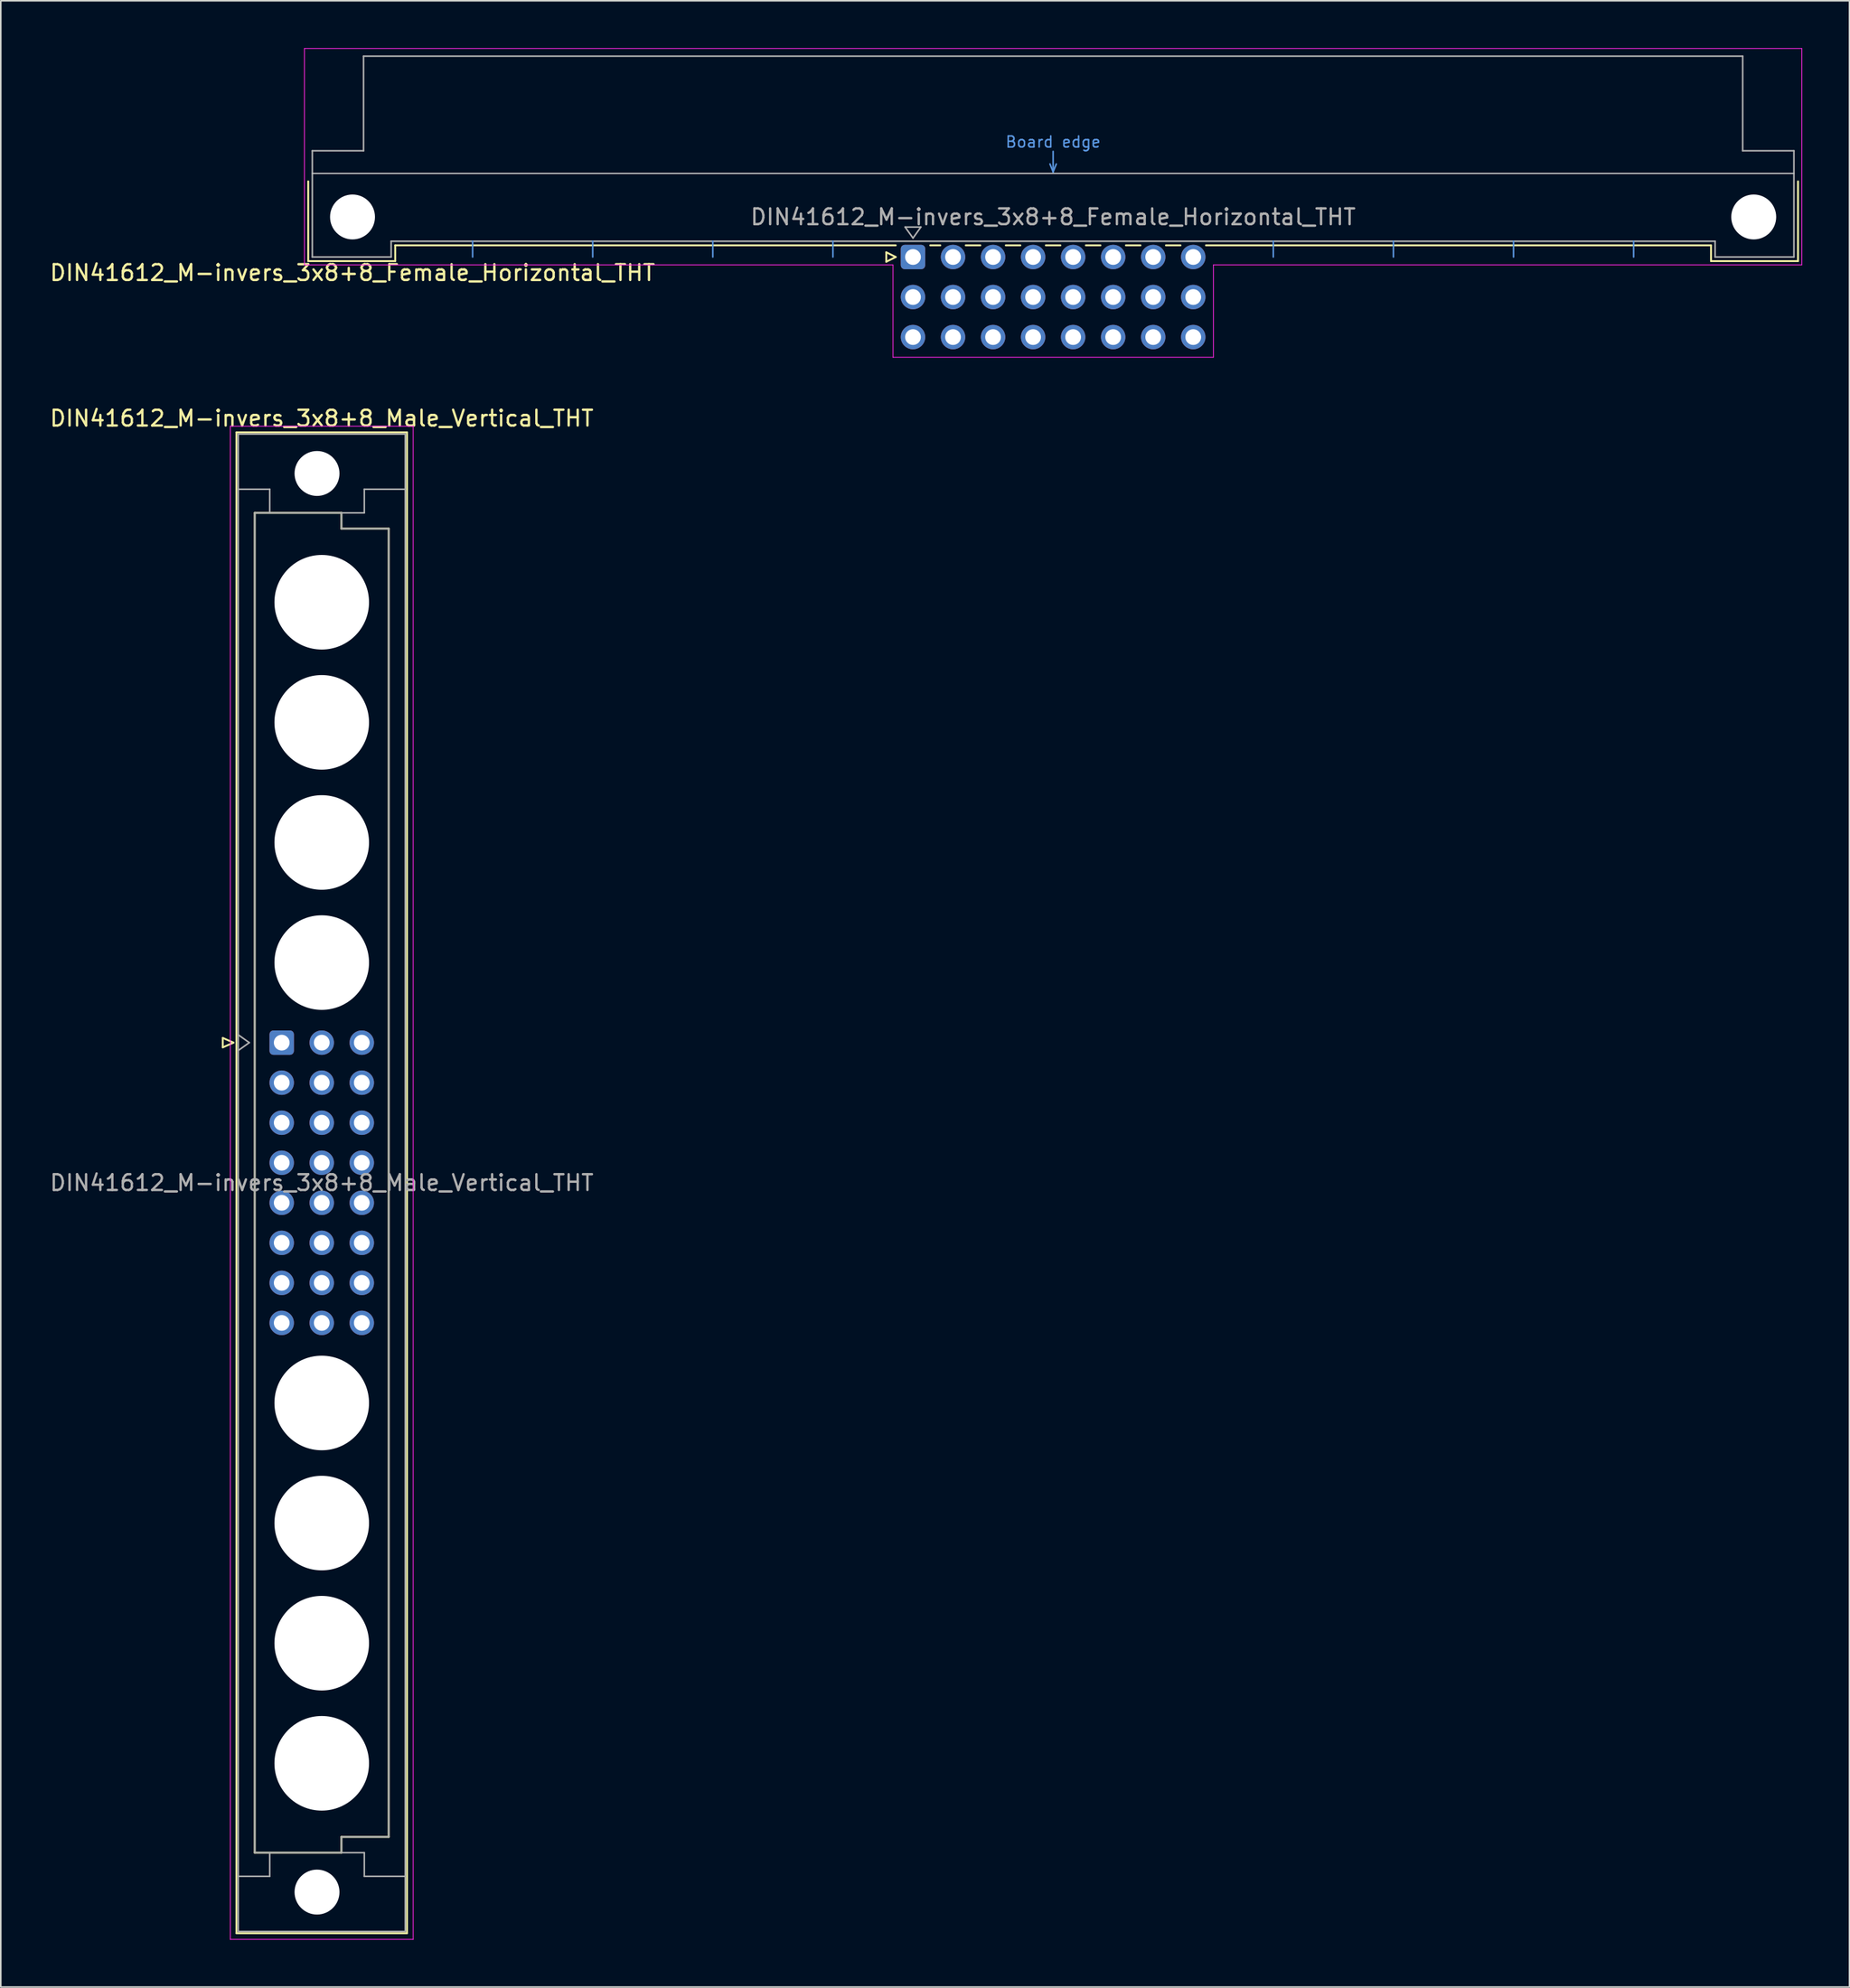
<source format=kicad_pcb>
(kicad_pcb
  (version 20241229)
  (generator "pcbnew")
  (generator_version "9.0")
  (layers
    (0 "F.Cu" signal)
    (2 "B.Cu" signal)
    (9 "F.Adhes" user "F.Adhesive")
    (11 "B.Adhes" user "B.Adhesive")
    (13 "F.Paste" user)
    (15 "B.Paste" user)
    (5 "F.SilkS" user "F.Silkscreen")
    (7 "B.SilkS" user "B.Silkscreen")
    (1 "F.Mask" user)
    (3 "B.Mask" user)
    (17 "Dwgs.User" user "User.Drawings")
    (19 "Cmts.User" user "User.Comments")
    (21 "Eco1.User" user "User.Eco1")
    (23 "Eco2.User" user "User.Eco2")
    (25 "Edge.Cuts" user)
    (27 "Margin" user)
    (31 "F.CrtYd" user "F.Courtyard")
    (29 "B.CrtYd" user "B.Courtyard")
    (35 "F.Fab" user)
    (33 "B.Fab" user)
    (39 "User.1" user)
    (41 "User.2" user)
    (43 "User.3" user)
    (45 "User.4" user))
  (footprint "DIN41612_M-invers_3x8+8_Female_Horizontal_THT"
    (layer "F.Cu")
    (at 24.395 13.255)
    (property "Reference" "DIN41612_M-invers_3x8+8_Female_Horizontal_THT" (at -5.08 1 0) (layer "F.SilkS") (effects (font (size 1 1) (thickness 0.15))))
    (attr through_hole)
    (fp_line (start -7.89 -4.8) (end -7.89 0.26) (stroke (width 0.12) (type solid)) (layer "F.SilkS"))
    (fp_line (start -7.89 0.26) (end -2.37 0.26) (stroke (width 0.12) (type solid)) (layer "F.SilkS"))
    (fp_line (start -2.37 -0.74) (end 29.385 -0.74) (stroke (width 0.12) (type solid)) (layer "F.SilkS"))
    (fp_line (start -2.37 0.26) (end -2.37 -0.74) (stroke (width 0.12) (type solid)) (layer "F.SilkS"))
    (fp_line (start 28.785 -0.3) (end 28.785 0.3) (stroke (width 0.12) (type solid)) (layer "F.SilkS"))
    (fp_line (start 28.785 0.3) (end 29.385 0) (stroke (width 0.12) (type solid)) (layer "F.SilkS"))
    (fp_line (start 29.385 0) (end 28.785 -0.3) (stroke (width 0.12) (type solid)) (layer "F.SilkS"))
    (fp_line (start 31.575 -0.74) (end 32.213 -0.74) (stroke (width 0.12) (type solid)) (layer "F.SilkS"))
    (fp_line (start 33.827 -0.74) (end 34.753 -0.74) (stroke (width 0.12) (type solid)) (layer "F.SilkS"))
    (fp_line (start 36.367 -0.74) (end 37.293 -0.74) (stroke (width 0.12) (type solid)) (layer "F.SilkS"))
    (fp_line (start 38.907 -0.74) (end 39.833 -0.74) (stroke (width 0.12) (type solid)) (layer "F.SilkS"))
    (fp_line (start 41.447 -0.74) (end 42.373 -0.74) (stroke (width 0.12) (type solid)) (layer "F.SilkS"))
    (fp_line (start 43.987 -0.74) (end 44.913 -0.74) (stroke (width 0.12) (type solid)) (layer "F.SilkS"))
    (fp_line (start 46.527 -0.74) (end 47.453 -0.74) (stroke (width 0.12) (type solid)) (layer "F.SilkS"))
    (fp_line (start 49.067 -0.74) (end 81.11 -0.74) (stroke (width 0.12) (type solid)) (layer "F.SilkS"))
    (fp_line (start 81.11 0.26) (end 81.11 -0.74) (stroke (width 0.12) (type solid)) (layer "F.SilkS"))
    (fp_line (start 86.63 -4.8) (end 86.63 0.26) (stroke (width 0.12) (type solid)) (layer "F.SilkS"))
    (fp_line (start 86.63 0.26) (end 81.11 0.26) (stroke (width 0.12) (type solid)) (layer "F.SilkS"))
    (fp_line (start -7.63 -5.3) (end 86.37 -5.3) (stroke (width 0.08) (type solid)) (layer "Dwgs.User"))
    (fp_line (start 2.54 0) (end 2.54 -1) (stroke (width 0.1) (type solid)) (layer "Cmts.User"))
    (fp_line (start 10.16 0) (end 10.16 -1) (stroke (width 0.1) (type solid)) (layer "Cmts.User"))
    (fp_line (start 17.78 0) (end 17.78 -1) (stroke (width 0.1) (type solid)) (layer "Cmts.User"))
    (fp_line (start 25.4 0) (end 25.4 -1) (stroke (width 0.1) (type solid)) (layer "Cmts.User"))
    (fp_line (start 39.17 -5.9) (end 39.37 -5.4) (stroke (width 0.1) (type solid)) (layer "Cmts.User"))
    (fp_line (start 39.37 -5.4) (end 39.37 -6.7) (stroke (width 0.1) (type solid)) (layer "Cmts.User"))
    (fp_line (start 39.37 -5.4) (end 39.57 -5.9) (stroke (width 0.1) (type solid)) (layer "Cmts.User"))
    (fp_line (start 53.34 0) (end 53.34 -1) (stroke (width 0.1) (type solid)) (layer "Cmts.User"))
    (fp_line (start 60.96 0) (end 60.96 -1) (stroke (width 0.1) (type solid)) (layer "Cmts.User"))
    (fp_line (start 68.58 0) (end 68.58 -1) (stroke (width 0.1) (type solid)) (layer "Cmts.User"))
    (fp_line (start 76.2 0) (end 76.2 -1) (stroke (width 0.1) (type solid)) (layer "Cmts.User"))
    (fp_line (start -8.13 -13.23) (end -8.13 0.5) (stroke (width 0.05) (type solid)) (layer "F.CrtYd"))
    (fp_line (start -8.13 0.5) (end 29.21 0.5) (stroke (width 0.05) (type solid)) (layer "F.CrtYd"))
    (fp_line (start 29.21 0.5) (end 29.21 6.36) (stroke (width 0.05) (type solid)) (layer "F.CrtYd"))
    (fp_line (start 29.21 6.36) (end 49.54 6.36) (stroke (width 0.05) (type solid)) (layer "F.CrtYd"))
    (fp_line (start 49.54 0.5) (end 86.87 0.5) (stroke (width 0.05) (type solid)) (layer "F.CrtYd"))
    (fp_line (start 49.54 6.36) (end 49.54 0.5) (stroke (width 0.05) (type solid)) (layer "F.CrtYd"))
    (fp_line (start 86.87 -13.23) (end -8.13 -13.23) (stroke (width 0.05) (type solid)) (layer "F.CrtYd"))
    (fp_line (start 86.87 0.5) (end 86.87 -13.23) (stroke (width 0.05) (type solid)) (layer "F.CrtYd"))
    (fp_line (start -7.63 -6.74) (end -7.63 0) (stroke (width 0.1) (type solid)) (layer "F.Fab"))
    (fp_line (start -7.63 0) (end -2.63 0) (stroke (width 0.1) (type solid)) (layer "F.Fab"))
    (fp_line (start -4.38 -12.74) (end -4.38 -6.74) (stroke (width 0.1) (type solid)) (layer "F.Fab"))
    (fp_line (start -4.38 -6.74) (end -7.63 -6.74) (stroke (width 0.1) (type solid)) (layer "F.Fab"))
    (fp_line (start -2.63 -1) (end 81.37 -1) (stroke (width 0.1) (type solid)) (layer "F.Fab"))
    (fp_line (start -2.63 0) (end -2.63 -1) (stroke (width 0.1) (type solid)) (layer "F.Fab"))
    (fp_line (start 29.98 -1.9) (end 30.98 -1.9) (stroke (width 0.1) (type solid)) (layer "F.Fab"))
    (fp_line (start 30.48 -1.2) (end 29.98 -1.9) (stroke (width 0.1) (type solid)) (layer "F.Fab"))
    (fp_line (start 30.98 -1.9) (end 30.48 -1.2) (stroke (width 0.1) (type solid)) (layer "F.Fab"))
    (fp_line (start 81.37 -1) (end 81.37 0) (stroke (width 0.1) (type solid)) (layer "F.Fab"))
    (fp_line (start 81.37 0) (end 86.37 0) (stroke (width 0.1) (type solid)) (layer "F.Fab"))
    (fp_line (start 83.12 -12.74) (end -4.38 -12.74) (stroke (width 0.1) (type solid)) (layer "F.Fab"))
    (fp_line (start 83.12 -6.74) (end 83.12 -12.74) (stroke (width 0.1) (type solid)) (layer "F.Fab"))
    (fp_line (start 86.37 -6.74) (end 83.12 -6.74) (stroke (width 0.1) (type solid)) (layer "F.Fab"))
    (fp_line (start 86.37 0) (end 86.37 -6.74) (stroke (width 0.1) (type solid)) (layer "F.Fab"))
    (fp_text user "Board edge" (at 39.37 -7.3 0) (layer "Cmts.User") (effects (font (size 0.7 0.7) (thickness 0.1))))
    (fp_text user "${REFERENCE}" (at 39.37 -2.54 0) (layer "F.Fab") (effects (font (size 1 1) (thickness 0.15))))
    (pad "" np_thru_hole circle (at -5.08 -2.54) (size 2.85 2.85) (drill 2.85) (layers "*.Cu" "*.Mask"))
    (pad "" np_thru_hole circle (at 83.82 -2.54) (size 2.85 2.85) (drill 2.85) (layers "*.Cu" "*.Mask"))
    (pad "a13" thru_hole roundrect (at 30.48 0) (size 1.55 1.55) (drill 1) (layers "*.Cu" "*.Mask") (roundrect_rratio 0.161))
    (pad "a14" thru_hole circle (at 33.02 0) (size 1.55 1.55) (drill 1) (layers "*.Cu" "*.Mask"))
    (pad "a15" thru_hole circle (at 35.56 0) (size 1.55 1.55) (drill 1) (layers "*.Cu" "*.Mask"))
    (pad "a16" thru_hole circle (at 38.1 0) (size 1.55 1.55) (drill 1) (layers "*.Cu" "*.Mask"))
    (pad "a17" thru_hole circle (at 40.64 0) (size 1.55 1.55) (drill 1) (layers "*.Cu" "*.Mask"))
    (pad "a18" thru_hole circle (at 43.18 0) (size 1.55 1.55) (drill 1) (layers "*.Cu" "*.Mask"))
    (pad "a19" thru_hole circle (at 45.72 0) (size 1.55 1.55) (drill 1) (layers "*.Cu" "*.Mask"))
    (pad "a20" thru_hole circle (at 48.26 0) (size 1.55 1.55) (drill 1) (layers "*.Cu" "*.Mask"))
    (pad "b13" thru_hole circle (at 30.48 2.54) (size 1.55 1.55) (drill 1) (layers "*.Cu" "*.Mask"))
    (pad "b14" thru_hole circle (at 33.02 2.54) (size 1.55 1.55) (drill 1) (layers "*.Cu" "*.Mask"))
    (pad "b15" thru_hole circle (at 35.56 2.54) (size 1.55 1.55) (drill 1) (layers "*.Cu" "*.Mask"))
    (pad "b16" thru_hole circle (at 38.1 2.54) (size 1.55 1.55) (drill 1) (layers "*.Cu" "*.Mask"))
    (pad "b17" thru_hole circle (at 40.64 2.54) (size 1.55 1.55) (drill 1) (layers "*.Cu" "*.Mask"))
    (pad "b18" thru_hole circle (at 43.18 2.54) (size 1.55 1.55) (drill 1) (layers "*.Cu" "*.Mask"))
    (pad "b19" thru_hole circle (at 45.72 2.54) (size 1.55 1.55) (drill 1) (layers "*.Cu" "*.Mask"))
    (pad "b20" thru_hole circle (at 48.26 2.54) (size 1.55 1.55) (drill 1) (layers "*.Cu" "*.Mask"))
    (pad "c13" thru_hole circle (at 30.48 5.08) (size 1.55 1.55) (drill 1) (layers "*.Cu" "*.Mask"))
    (pad "c14" thru_hole circle (at 33.02 5.08) (size 1.55 1.55) (drill 1) (layers "*.Cu" "*.Mask"))
    (pad "c15" thru_hole circle (at 35.56 5.08) (size 1.55 1.55) (drill 1) (layers "*.Cu" "*.Mask"))
    (pad "c16" thru_hole circle (at 38.1 5.08) (size 1.55 1.55) (drill 1) (layers "*.Cu" "*.Mask"))
    (pad "c17" thru_hole circle (at 40.64 5.08) (size 1.55 1.55) (drill 1) (layers "*.Cu" "*.Mask"))
    (pad "c18" thru_hole circle (at 43.18 5.08) (size 1.55 1.55) (drill 1) (layers "*.Cu" "*.Mask"))
    (pad "c19" thru_hole circle (at 45.72 5.08) (size 1.55 1.55) (drill 1) (layers "*.Cu" "*.Mask"))
    (pad "c20" thru_hole circle (at 48.26 5.08) (size 1.55 1.55) (drill 1) (layers "*.Cu" "*.Mask")))
  (footprint "DIN41612_M-invers_3x8+8_Male_Vertical_THT"
    (layer "F.Cu")
    (at 14.823 32.618)
    (property "Reference" "DIN41612_M-invers_3x8+8_Male_Vertical_THT" (at 2.54 -9.13 0) (layer "F.SilkS") (effects (font (size 1 1) (thickness 0.15))))
    (attr through_hole)
    (fp_line (start -3.74 30.18) (end -3.74 30.78) (stroke (width 0.12) (type solid)) (layer "F.SilkS"))
    (fp_line (start -3.74 30.78) (end -3.06 30.48) (stroke (width 0.12) (type solid)) (layer "F.SilkS"))
    (fp_line (start -3.06 30.48) (end -3.74 30.18) (stroke (width 0.12) (type solid)) (layer "F.SilkS"))
    (fp_line (start -2.87 -8.24) (end 7.95 -8.24) (stroke (width 0.12) (type solid)) (layer "F.SilkS"))
    (fp_line (start -2.87 86.98) (end -2.87 -8.24) (stroke (width 0.12) (type solid)) (layer "F.SilkS"))
    (fp_line (start -1.71 -3.13) (end 3.79 -3.13) (stroke (width 0.12) (type solid)) (layer "F.SilkS"))
    (fp_line (start -1.71 81.87) (end -1.71 -3.13) (stroke (width 0.12) (type solid)) (layer "F.SilkS"))
    (fp_line (start 3.79 -3.13) (end 3.79 -2.13) (stroke (width 0.12) (type solid)) (layer "F.SilkS"))
    (fp_line (start 3.79 -2.13) (end 6.79 -2.13) (stroke (width 0.12) (type solid)) (layer "F.SilkS"))
    (fp_line (start 3.79 80.87) (end 3.79 81.87) (stroke (width 0.12) (type solid)) (layer "F.SilkS"))
    (fp_line (start 3.79 81.87) (end -1.71 81.87) (stroke (width 0.12) (type solid)) (layer "F.SilkS"))
    (fp_line (start 6.79 -2.13) (end 6.79 80.87) (stroke (width 0.12) (type solid)) (layer "F.SilkS"))
    (fp_line (start 6.79 80.87) (end 3.79 80.87) (stroke (width 0.12) (type solid)) (layer "F.SilkS"))
    (fp_line (start 7.95 -8.24) (end 7.95 86.98) (stroke (width 0.12) (type solid)) (layer "F.SilkS"))
    (fp_line (start 7.95 86.98) (end -2.87 86.98) (stroke (width 0.12) (type solid)) (layer "F.SilkS"))
    (fp_line (start -3.26 -8.63) (end 8.34 -8.63) (stroke (width 0.05) (type solid)) (layer "F.CrtYd"))
    (fp_line (start -3.26 87.37) (end -3.26 -8.63) (stroke (width 0.05) (type solid)) (layer "F.CrtYd"))
    (fp_line (start 8.34 -8.63) (end 8.34 87.37) (stroke (width 0.05) (type solid)) (layer "F.CrtYd"))
    (fp_line (start 8.34 87.37) (end -3.26 87.37) (stroke (width 0.05) (type solid)) (layer "F.CrtYd"))
    (fp_line (start -2.76 -8.13) (end 7.84 -8.13) (stroke (width 0.1) (type solid)) (layer "F.Fab"))
    (fp_line (start -2.76 -4.63) (end -0.76 -4.63) (stroke (width 0.1) (type solid)) (layer "F.Fab"))
    (fp_line (start -2.76 29.98) (end -2.06 30.48) (stroke (width 0.1) (type solid)) (layer "F.Fab"))
    (fp_line (start -2.76 83.37) (end -0.76 83.37) (stroke (width 0.1) (type solid)) (layer "F.Fab"))
    (fp_line (start -2.76 86.87) (end -2.76 -8.13) (stroke (width 0.1) (type solid)) (layer "F.Fab"))
    (fp_line (start -2.06 30.48) (end -2.76 30.98) (stroke (width 0.1) (type solid)) (layer "F.Fab"))
    (fp_line (start -1.71 -3.13) (end 3.79 -3.13) (stroke (width 0.1) (type solid)) (layer "F.Fab"))
    (fp_line (start -1.71 81.87) (end -1.71 -3.13) (stroke (width 0.1) (type solid)) (layer "F.Fab"))
    (fp_line (start -0.76 -4.63) (end -0.76 -3.13) (stroke (width 0.1) (type solid)) (layer "F.Fab"))
    (fp_line (start -0.76 83.37) (end -0.76 81.87) (stroke (width 0.1) (type solid)) (layer "F.Fab"))
    (fp_line (start 3.79 -3.13) (end 3.79 -2.13) (stroke (width 0.1) (type solid)) (layer "F.Fab"))
    (fp_line (start 3.79 -3.13) (end 5.24 -3.13) (stroke (width 0.1) (type solid)) (layer "F.Fab"))
    (fp_line (start 3.79 -2.13) (end 6.79 -2.13) (stroke (width 0.1) (type solid)) (layer "F.Fab"))
    (fp_line (start 3.79 80.87) (end 3.79 81.87) (stroke (width 0.1) (type solid)) (layer "F.Fab"))
    (fp_line (start 3.79 81.87) (end -1.71 81.87) (stroke (width 0.1) (type solid)) (layer "F.Fab"))
    (fp_line (start 3.79 81.87) (end 5.24 81.87) (stroke (width 0.1) (type solid)) (layer "F.Fab"))
    (fp_line (start 5.24 -4.63) (end 7.84 -4.63) (stroke (width 0.1) (type solid)) (layer "F.Fab"))
    (fp_line (start 5.24 -3.13) (end 5.24 -4.63) (stroke (width 0.1) (type solid)) (layer "F.Fab"))
    (fp_line (start 5.24 81.87) (end 5.24 83.37) (stroke (width 0.1) (type solid)) (layer "F.Fab"))
    (fp_line (start 5.24 83.37) (end 7.84 83.37) (stroke (width 0.1) (type solid)) (layer "F.Fab"))
    (fp_line (start 6.79 -2.13) (end 6.79 80.87) (stroke (width 0.1) (type solid)) (layer "F.Fab"))
    (fp_line (start 6.79 80.87) (end 3.79 80.87) (stroke (width 0.1) (type solid)) (layer "F.Fab"))
    (fp_line (start 7.84 -8.13) (end 7.84 86.87) (stroke (width 0.1) (type solid)) (layer "F.Fab"))
    (fp_line (start 7.84 86.87) (end -2.76 86.87) (stroke (width 0.1) (type solid)) (layer "F.Fab"))
    (fp_text user "${REFERENCE}" (at 2.54 39.37 0) (layer "F.Fab") (effects (font (size 1 1) (thickness 0.15))))
    (pad "" np_thru_hole circle (at 2.24 -5.63) (size 2.85 2.85) (drill 2.85) (layers "*.Cu" "*.Mask"))
    (pad "" np_thru_hole circle (at 2.24 84.37) (size 2.85 2.85) (drill 2.85) (layers "*.Cu" "*.Mask"))
    (pad "" np_thru_hole circle (at 2.54 2.54) (size 6 6) (drill 6) (layers "*.Cu" "*.Mask"))
    (pad "" np_thru_hole circle (at 2.54 10.16) (size 6 6) (drill 6) (layers "*.Cu" "*.Mask"))
    (pad "" np_thru_hole circle (at 2.54 17.78) (size 6 6) (drill 6) (layers "*.Cu" "*.Mask"))
    (pad "" np_thru_hole circle (at 2.54 25.4) (size 6 6) (drill 6) (layers "*.Cu" "*.Mask"))
    (pad "" np_thru_hole circle (at 2.54 53.34) (size 6 6) (drill 6) (layers "*.Cu" "*.Mask"))
    (pad "" np_thru_hole circle (at 2.54 60.96) (size 6 6) (drill 6) (layers "*.Cu" "*.Mask"))
    (pad "" np_thru_hole circle (at 2.54 68.58) (size 6 6) (drill 6) (layers "*.Cu" "*.Mask"))
    (pad "" np_thru_hole circle (at 2.54 76.2) (size 6 6) (drill 6) (layers "*.Cu" "*.Mask"))
    (pad "a13" thru_hole roundrect (at 0 30.48) (size 1.55 1.55) (drill 1) (layers "*.Cu" "*.Mask") (roundrect_rratio 0.161))
    (pad "a14" thru_hole circle (at 0 33.02) (size 1.55 1.55) (drill 1) (layers "*.Cu" "*.Mask"))
    (pad "a15" thru_hole circle (at 0 35.56) (size 1.55 1.55) (drill 1) (layers "*.Cu" "*.Mask"))
    (pad "a16" thru_hole circle (at 0 38.1) (size 1.55 1.55) (drill 1) (layers "*.Cu" "*.Mask"))
    (pad "a17" thru_hole circle (at 0 40.64) (size 1.55 1.55) (drill 1) (layers "*.Cu" "*.Mask"))
    (pad "a18" thru_hole circle (at 0 43.18) (size 1.55 1.55) (drill 1) (layers "*.Cu" "*.Mask"))
    (pad "a19" thru_hole circle (at 0 45.72) (size 1.55 1.55) (drill 1) (layers "*.Cu" "*.Mask"))
    (pad "a20" thru_hole circle (at 0 48.26) (size 1.55 1.55) (drill 1) (layers "*.Cu" "*.Mask"))
    (pad "b13" thru_hole circle (at 2.54 30.48) (size 1.55 1.55) (drill 1) (layers "*.Cu" "*.Mask"))
    (pad "b14" thru_hole circle (at 2.54 33.02) (size 1.55 1.55) (drill 1) (layers "*.Cu" "*.Mask"))
    (pad "b15" thru_hole circle (at 2.54 35.56) (size 1.55 1.55) (drill 1) (layers "*.Cu" "*.Mask"))
    (pad "b16" thru_hole circle (at 2.54 38.1) (size 1.55 1.55) (drill 1) (layers "*.Cu" "*.Mask"))
    (pad "b17" thru_hole circle (at 2.54 40.64) (size 1.55 1.55) (drill 1) (layers "*.Cu" "*.Mask"))
    (pad "b18" thru_hole circle (at 2.54 43.18) (size 1.55 1.55) (drill 1) (layers "*.Cu" "*.Mask"))
    (pad "b19" thru_hole circle (at 2.54 45.72) (size 1.55 1.55) (drill 1) (layers "*.Cu" "*.Mask"))
    (pad "b20" thru_hole circle (at 2.54 48.26) (size 1.55 1.55) (drill 1) (layers "*.Cu" "*.Mask"))
    (pad "c13" thru_hole circle (at 5.08 30.48) (size 1.55 1.55) (drill 1) (layers "*.Cu" "*.Mask"))
    (pad "c14" thru_hole circle (at 5.08 33.02) (size 1.55 1.55) (drill 1) (layers "*.Cu" "*.Mask"))
    (pad "c15" thru_hole circle (at 5.08 35.56) (size 1.55 1.55) (drill 1) (layers "*.Cu" "*.Mask"))
    (pad "c16" thru_hole circle (at 5.08 38.1) (size 1.55 1.55) (drill 1) (layers "*.Cu" "*.Mask"))
    (pad "c17" thru_hole circle (at 5.08 40.64) (size 1.55 1.55) (drill 1) (layers "*.Cu" "*.Mask"))
    (pad "c18" thru_hole circle (at 5.08 43.18) (size 1.55 1.55) (drill 1) (layers "*.Cu" "*.Mask"))
    (pad "c19" thru_hole circle (at 5.08 45.72) (size 1.55 1.55) (drill 1) (layers "*.Cu" "*.Mask"))
    (pad "c20" thru_hole circle (at 5.08 48.26) (size 1.55 1.55) (drill 1) (layers "*.Cu" "*.Mask")))
  (gr_rect
    (start -3 -3)
    (end 114.29 123.013)
    (stroke (width 0.1) (type default))
    (fill no)
    (layer "Edge.Cuts")))
</source>
